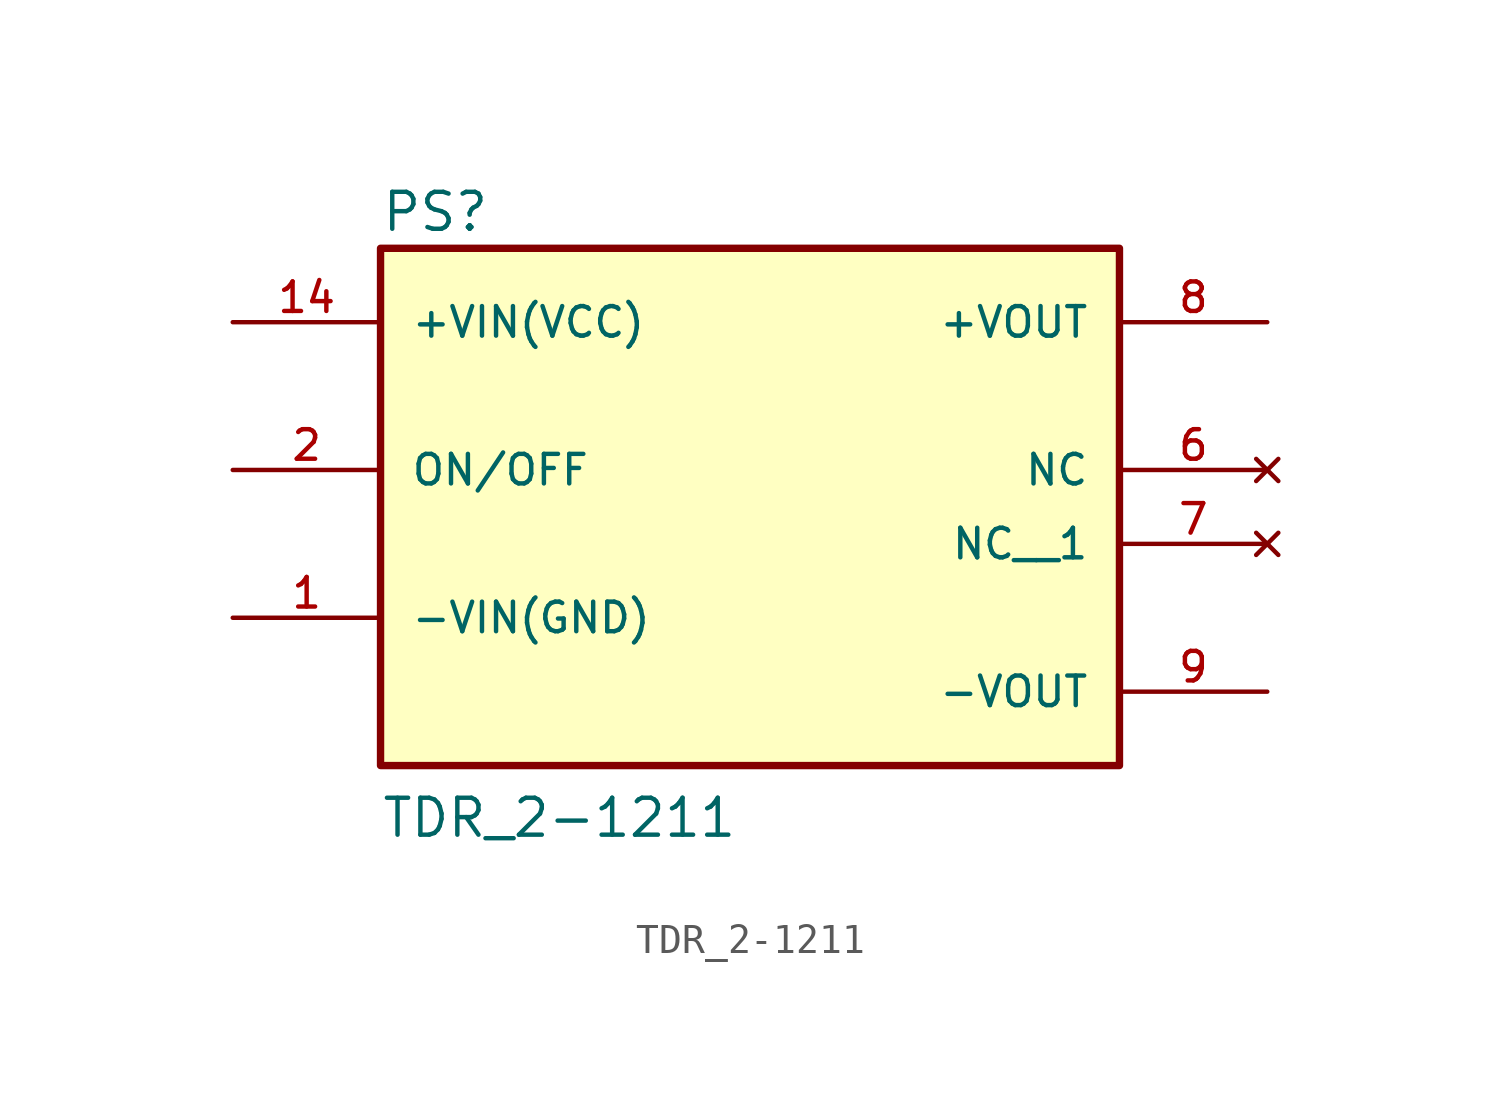
<source format=kicad_sym>
(kicad_symbol_lib
  (version 20211014)
  (generator kicad_symbol_editor)
  (symbol "TDR_2-1211"
    (pin_names
      (offset 1.016))
    (property "Reference" "PS"
      (at -12.7 8.128 0)
      (effects (font (size 1.27 1.27)) (justify bottom left)))
    (property "Value" "TDR_2-1211"
      (at -12.7 -12.7 0)
      (effects (font (size 1.27 1.27)) (justify bottom left)))
    (symbol "TDR_2-1211_0_0"
      (rectangle (start -12.7 -10.16) (end 12.7 7.62) (stroke (width 0.254)) (fill (type background)))
      (pin input line (at -17.78 0.0 0) (length 5.08) (name "ON/OFF" (effects (font (size 1.016 1.016)))) (number "2" (effects (font (size 1.016 1.016)))))
      (pin input line (at -17.78 -5.08 0) (length 5.08) (name "-VIN(GND)" (effects (font (size 1.016 1.016)))) (number "1" (effects (font (size 1.016 1.016)))))
      (pin output line (at 17.78 5.08 180.0) (length 5.08) (name "+VOUT" (effects (font (size 1.016 1.016)))) (number "8" (effects (font (size 1.016 1.016)))))
      (pin no_connect line (at 17.78 0.0 180.0) (length 5.08) (name "NC" (effects (font (size 1.016 1.016)))) (number "6" (effects (font (size 1.016 1.016)))))
      (pin output line (at 17.78 -7.62 180.0) (length 5.08) (name "-VOUT" (effects (font (size 1.016 1.016)))) (number "9" (effects (font (size 1.016 1.016)))))
      (pin input line (at -17.78 5.08 0) (length 5.08) (name "+VIN(VCC)" (effects (font (size 1.016 1.016)))) (number "14" (effects (font (size 1.016 1.016)))))
      (pin no_connect line (at 17.78 -2.54 180.0) (length 5.08) (name "NC__1" (effects (font (size 1.016 1.016)))) (number "7" (effects (font (size 1.016 1.016))))))))
</source>
